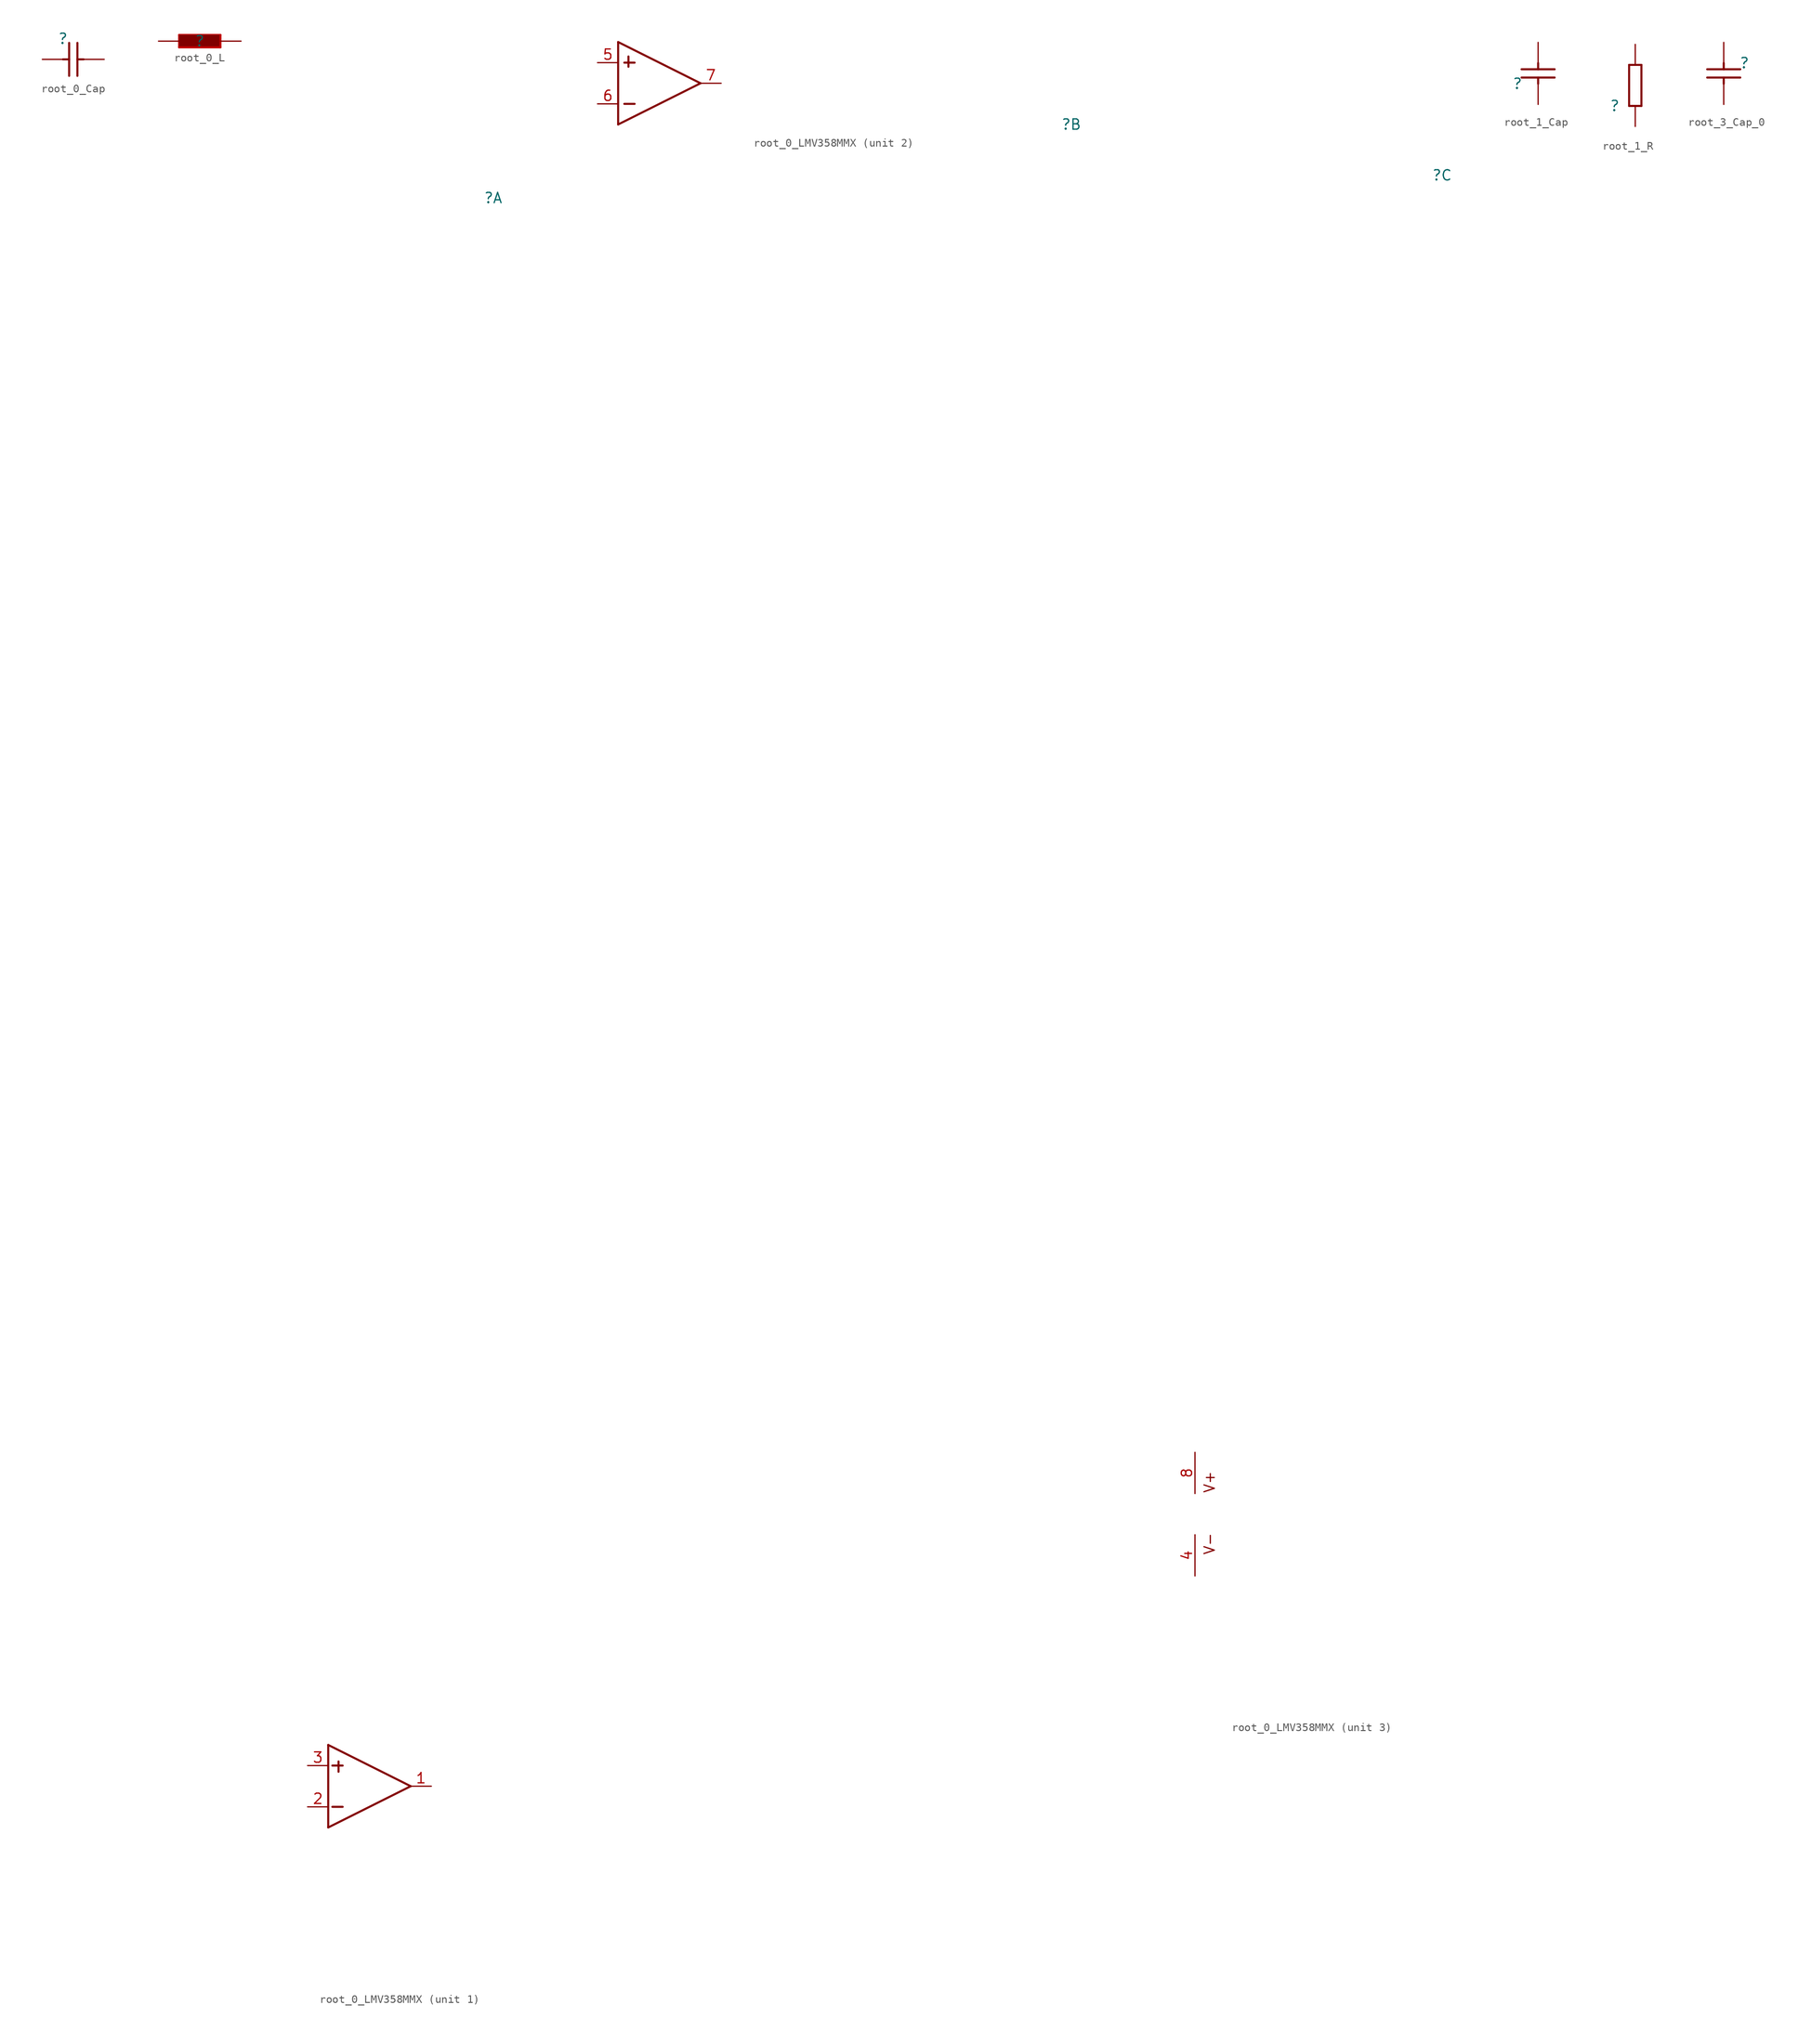
<source format=kicad_sym>
(kicad_symbol_lib
  (version 20231120)
  (generator "kicad_symbol_editor")
  (generator_version "8.0")
  (symbol "root_0_Cap"
    (property "Reference" ""
      (at 0 0 0)
      (effects (font (size 1.27 1.27))))
    (property "Value" ""
      (at 0 0 0)
      (effects (font (size 1.27 1.27))))
    (symbol "root_0_Cap_1_0"
      (polyline (pts (xy 0 -2.54) (xy 0.762 -2.54)) (stroke (width 0.254) (type solid)) (fill (type none)))
      (polyline (pts (xy 0.762 -4.572) (xy 0.762 -0.508)) (stroke (width 0.254) (type solid)) (fill (type none)))
      (polyline (pts (xy 1.778 -0.508) (xy 1.778 -4.572)) (stroke (width 0.254) (type solid)) (fill (type none)))
      (polyline (pts (xy 2.54 -2.54) (xy 1.778 -2.54)) (stroke (width 0.254) (type solid)) (fill (type none)))
      (pin passive line (at -2.54 -2.54 0) (length 2.54) (name "1" (effects (font (size 0 0)))) (number "1" (effects (font (size 0 0)))))
      (pin passive line (at 5.08 -2.54 180) (length 2.54) (name "2" (effects (font (size 0 0)))) (number "2" (effects (font (size 0 0)))))))
  (symbol "root_0_L"
    (property "Reference" ""
      (at 0 0 0)
      (effects (font (size 1.27 1.27))))
    (property "Value" ""
      (at 0 0 0)
      (effects (font (size 1.27 1.27))))
    (symbol "root_0_L_1_0"
      (polyline (pts (xy -2.54 -0.762) (xy -2.54 0.762)) (stroke (width 0.254) (type solid) (color 191 0 0 1)) (fill (type none)))
      (polyline (pts (xy 2.54 -0.762) (xy -2.54 -0.762)) (stroke (width 0.254) (type solid) (color 191 0 0 1)) (fill (type none)))
      (polyline (pts (xy 2.54 -0.762) (xy 2.54 0.762)) (stroke (width 0.254) (type solid) (color 191 0 0 1)) (fill (type none)))
      (polyline (pts (xy 2.54 0.762) (xy -2.54 0.762)) (stroke (width 0.254) (type solid) (color 191 0 0 1)) (fill (type none)))
      (rectangle (start 2.54 0.762) (end -2.54 -0.762) (stroke (width -0.0001) (type solid) (color 128 0 0 1)) (fill (type outline)))
      (pin passive line (at 5.08 0 180) (length 2.54) (name "" (effects (font (size 0 0)))) (number "1" (effects (font (size 0 0)))))
      (pin passive line (at -5.08 0 0) (length 2.54) (name "" (effects (font (size 0 0)))) (number "2" (effects (font (size 0 0)))))))
  (symbol "root_0_LMV358MMX"
    (property "Reference" ""
      (at 0 0 0)
      (effects (font (size 1.27 1.27))))
    (property "Value" ""
      (at 0 0 0)
      (effects (font (size 1.27 1.27))))
    (symbol "root_0_LMV358MMX_1_0"
      (polyline (pts (xy -20.32 -200.66) (xy -10.16 -195.58)) (stroke (width 0.254) (type solid)) (fill (type none)))
      (polyline (pts (xy -20.32 -190.5) (xy -20.32 -200.66)) (stroke (width 0.254) (type solid)) (fill (type none)))
      (polyline (pts (xy -19.812 -198.12) (xy -18.542 -198.12)) (stroke (width 0.254) (type solid)) (fill (type none)))
      (polyline (pts (xy -19.812 -193.04) (xy -18.542 -193.04)) (stroke (width 0.254) (type solid)) (fill (type none)))
      (polyline (pts (xy -19.05 -192.532) (xy -19.05 -193.802)) (stroke (width 0.254) (type solid)) (fill (type none)))
      (polyline (pts (xy -10.16 -195.58) (xy -20.32 -190.5)) (stroke (width 0.254) (type solid)) (fill (type none)))
      (pin passive line (at -7.62 -195.58 180) (length 2.54) (name "OUT" (effects (font (size 0 0)))) (number "1" (effects (font (size 1.27 1.27)))))
      (pin passive line (at -22.86 -198.12 0) (length 2.54) (name "-IN" (effects (font (size 0 0)))) (number "2" (effects (font (size 1.27 1.27)))))
      (pin passive line (at -22.86 -193.04 0) (length 2.54) (name "+IN" (effects (font (size 0 0)))) (number "3" (effects (font (size 1.27 1.27))))))
    (symbol "root_0_LMV358MMX_2_0"
      (polyline (pts (xy -55.88 0) (xy -45.72 5.08)) (stroke (width 0.254) (type solid)) (fill (type none)))
      (polyline (pts (xy -55.88 10.16) (xy -55.88 0)) (stroke (width 0.254) (type solid)) (fill (type none)))
      (polyline (pts (xy -55.118 2.54) (xy -53.848 2.54)) (stroke (width 0.254) (type solid)) (fill (type none)))
      (polyline (pts (xy -55.118 7.62) (xy -53.848 7.62)) (stroke (width 0.254) (type solid)) (fill (type none)))
      (polyline (pts (xy -54.61 8.382) (xy -54.61 7.112)) (stroke (width 0.254) (type solid)) (fill (type none)))
      (polyline (pts (xy -45.72 5.08) (xy -55.88 10.16)) (stroke (width 0.254) (type solid)) (fill (type none)))
      (pin passive line (at -58.42 7.62 0) (length 2.54) (name "+IN" (effects (font (size 0 0)))) (number "5" (effects (font (size 1.27 1.27)))))
      (pin passive line (at -58.42 2.54 0) (length 2.54) (name "-IN" (effects (font (size 0 0)))) (number "6" (effects (font (size 1.27 1.27)))))
      (pin passive line (at -43.18 5.08 180) (length 2.54) (name "OUT" (effects (font (size 0 0)))) (number "7" (effects (font (size 1.27 1.27))))))
    (symbol "root_0_LMV358MMX_3_0"
      (text "V+" (at -27.94 -162.56 900) (effects (font (size 1.27 1.27)) (justify left bottom)))
      (text "V-" (at -27.94 -170.18 900) (effects (font (size 1.27 1.27)) (justify left bottom)))
      (pin passive line (at -30.48 -172.72 90) (length 5.08) (name "V-" (effects (font (size 0 0)))) (number "4" (effects (font (size 1.27 1.27)))))
      (pin passive line (at -30.48 -157.48 270) (length 5.08) (name "V+" (effects (font (size 0 0)))) (number "8" (effects (font (size 1.27 1.27)))))))
  (symbol "root_1_Cap"
    (property "Reference" ""
      (at 0 0 0)
      (effects (font (size 1.27 1.27))))
    (property "Value" ""
      (at 0 0 0)
      (effects (font (size 1.27 1.27))))
    (symbol "root_1_Cap_1_0"
      (polyline (pts (xy 0.508 1.778) (xy 4.572 1.778)) (stroke (width 0.254) (type solid)) (fill (type none)))
      (polyline (pts (xy 2.54 0) (xy 2.54 0.762)) (stroke (width 0.254) (type solid)) (fill (type none)))
      (polyline (pts (xy 2.54 2.54) (xy 2.54 1.778)) (stroke (width 0.254) (type solid)) (fill (type none)))
      (polyline (pts (xy 4.572 0.762) (xy 0.508 0.762)) (stroke (width 0.254) (type solid)) (fill (type none)))
      (pin passive line (at 2.54 -2.54 90) (length 2.54) (name "1" (effects (font (size 0 0)))) (number "1" (effects (font (size 0 0)))))
      (pin passive line (at 2.54 5.08 270) (length 2.54) (name "2" (effects (font (size 0 0)))) (number "2" (effects (font (size 0 0)))))))
  (symbol "root_1_R"
    (property "Reference" ""
      (at 0 0 0)
      (effects (font (size 1.27 1.27))))
    (property "Value" ""
      (at 0 0 0)
      (effects (font (size 1.27 1.27))))
    (symbol "root_1_R_1_0"
      (polyline (pts (xy 1.778 5.08) (xy 1.778 0)) (stroke (width 0.254) (type solid)) (fill (type none)))
      (polyline (pts (xy 3.302 0) (xy 1.778 0)) (stroke (width 0.254) (type solid)) (fill (type none)))
      (polyline (pts (xy 3.302 5.08) (xy 1.778 5.08)) (stroke (width 0.254) (type solid)) (fill (type none)))
      (polyline (pts (xy 3.302 5.08) (xy 3.302 0)) (stroke (width 0.254) (type solid)) (fill (type none)))
      (pin passive line (at 2.54 7.62 270) (length 2.54) (name "" (effects (font (size 0 0)))) (number "1" (effects (font (size 0 0)))))
      (pin passive line (at 2.54 -2.54 90) (length 2.54) (name "" (effects (font (size 0 0)))) (number "2" (effects (font (size 0 0)))))))
  (symbol "root_3_Cap_0"
    (property "Reference" ""
      (at 0 0 0)
      (effects (font (size 1.27 1.27))))
    (property "Value" ""
      (at 0 0 0)
      (effects (font (size 1.27 1.27))))
    (symbol "root_3_Cap_0_1_0"
      (polyline (pts (xy -4.572 -0.762) (xy -0.508 -0.762)) (stroke (width 0.254) (type solid)) (fill (type none)))
      (polyline (pts (xy -2.54 -2.54) (xy -2.54 -1.778)) (stroke (width 0.254) (type solid)) (fill (type none)))
      (polyline (pts (xy -2.54 0) (xy -2.54 -0.762)) (stroke (width 0.254) (type solid)) (fill (type none)))
      (polyline (pts (xy -0.508 -1.778) (xy -4.572 -1.778)) (stroke (width 0.254) (type solid)) (fill (type none)))
      (pin passive line (at -2.54 2.54 270) (length 2.54) (name "1" (effects (font (size 0 0)))) (number "1" (effects (font (size 0 0)))))
      (pin passive line (at -2.54 -5.08 90) (length 2.54) (name "2" (effects (font (size 0 0)))) (number "2" (effects (font (size 0 0))))))))
</source>
